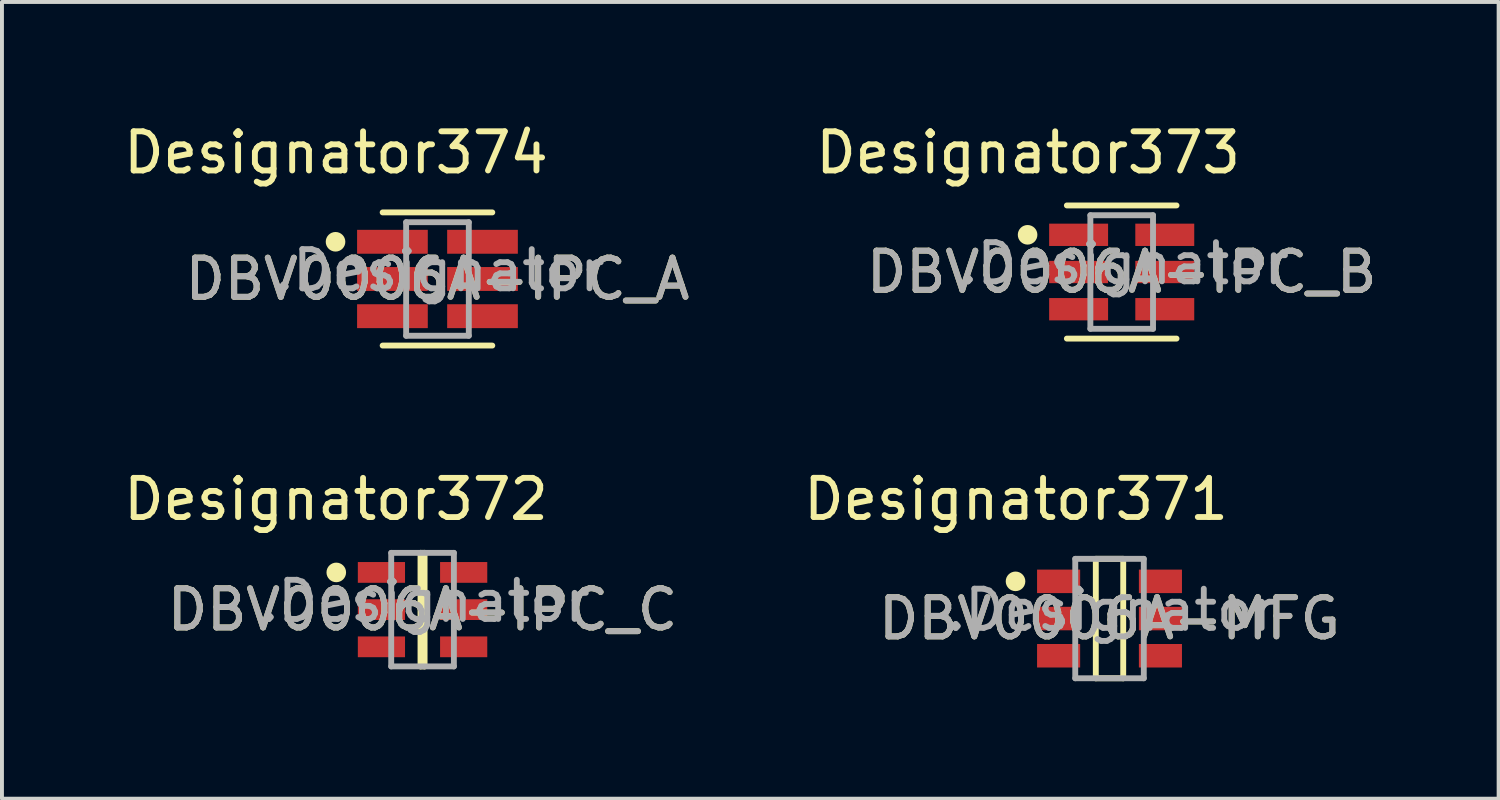
<source format=kicad_pcb>
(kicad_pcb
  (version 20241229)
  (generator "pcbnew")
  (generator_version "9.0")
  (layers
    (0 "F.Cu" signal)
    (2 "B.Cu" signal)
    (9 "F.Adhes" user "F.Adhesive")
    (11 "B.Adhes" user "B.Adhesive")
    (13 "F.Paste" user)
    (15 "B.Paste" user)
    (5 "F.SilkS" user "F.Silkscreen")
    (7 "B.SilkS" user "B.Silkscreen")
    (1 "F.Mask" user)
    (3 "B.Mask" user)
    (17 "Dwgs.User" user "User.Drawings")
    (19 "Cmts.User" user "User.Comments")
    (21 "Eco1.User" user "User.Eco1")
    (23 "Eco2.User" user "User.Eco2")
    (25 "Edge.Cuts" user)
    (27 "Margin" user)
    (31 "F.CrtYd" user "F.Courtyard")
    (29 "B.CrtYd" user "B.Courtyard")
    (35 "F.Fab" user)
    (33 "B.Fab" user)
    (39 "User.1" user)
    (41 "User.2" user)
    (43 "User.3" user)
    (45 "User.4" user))
  (footprint "DBV0006A-IPC_C"
    (layer "F.Cu")
    (at 7.74 12.517)
    (property "Reference" "DBV0006A-IPC_C" (at 0 0 0) (unlocked yes) (layer "F.SilkS") (effects (font (size 1 1) (thickness 0.15))))
    (attr smd)
    (fp_line (start -0.052 -1.45) (end 0.052 -1.45) (stroke (width 0.15) (type solid)) (layer "F.SilkS"))
    (fp_line (start -0.052 1.45) (end -0.052 -1.45) (stroke (width 0.15) (type solid)) (layer "F.SilkS"))
    (fp_line (start -0.052 1.45) (end 0.052 1.45) (stroke (width 0.15) (type solid)) (layer "F.SilkS"))
    (fp_line (start 0.052 1.45) (end 0.052 -1.45) (stroke (width 0.15) (type solid)) (layer "F.SilkS"))
    (fp_circle (center -2.203 -0.95) (end -2.078 -0.95) (stroke (width 0.25) (type solid)) (fill no) (layer "F.SilkS"))
    (fp_line (start -0.8 -1.45) (end 0.8 -1.45) (stroke (width 0.15) (type solid)) (layer "F.Fab"))
    (fp_line (start -0.8 1.45) (end -0.8 -1.45) (stroke (width 0.15) (type solid)) (layer "F.Fab"))
    (fp_line (start -0.8 1.45) (end 0.8 1.45) (stroke (width 0.15) (type solid)) (layer "F.Fab"))
    (fp_line (start 0.8 1.45) (end 0.8 -1.45) (stroke (width 0.15) (type solid)) (layer "F.Fab"))
    (fp_text user "Designator372" (at -2.21 -2.819 0) (unlocked yes) (layer "F.SilkS") (effects (font (size 1 1) (thickness 0.15))))
    (fp_text user "${REFERENCE}" (at 0 0 0) (unlocked yes) (layer "F.Fab") (effects (font (size 1 1) (thickness 0.15))))
    (fp_text user ".Designator" (at 0.05 -0.217 0) (unlocked yes) (layer "F.Fab") (effects (font (size 1 1) (thickness 0.15))))
    (pad "1" smd rect (at -1.05 -0.95) (size 1.205 0.53) (layers "F.Cu" "F.Mask" "F.Paste"))
    (pad "2" smd rect (at -1.05 0) (size 1.205 0.53) (layers "F.Cu" "F.Mask" "F.Paste"))
    (pad "3" smd rect (at -1.05 0.95) (size 1.205 0.53) (layers "F.Cu" "F.Mask" "F.Paste"))
    (pad "4" smd rect (at 1.05 0.95) (size 1.205 0.53) (layers "F.Cu" "F.Mask" "F.Paste"))
    (pad "5" smd rect (at 1.05 0) (size 1.205 0.53) (layers "F.Cu" "F.Mask" "F.Paste"))
    (pad "6" smd rect (at 1.05 -0.95) (size 1.205 0.53) (layers "F.Cu" "F.Mask" "F.Paste")))
  (footprint "DBV0006A-IPC_A"
    (layer "F.Cu")
    (at 8.121 4.074)
    (property "Reference" "DBV0006A-IPC_A" (at 0 0 0) (unlocked yes) (layer "F.SilkS") (effects (font (size 1 1) (thickness 0.15))))
    (attr smd)
    (fp_line (start -1.4 -1.7) (end 1.4 -1.7) (stroke (width 0.15) (type solid)) (layer "F.SilkS"))
    (fp_line (start -1.4 1.7) (end 1.4 1.7) (stroke (width 0.15) (type solid)) (layer "F.SilkS"))
    (fp_circle (center -2.603 -0.95) (end -2.478 -0.95) (stroke (width 0.25) (type solid)) (fill no) (layer "F.SilkS"))
    (fp_line (start -0.8 -1.45) (end 0.8 -1.45) (stroke (width 0.15) (type solid)) (layer "F.Fab"))
    (fp_line (start -0.8 1.45) (end -0.8 -1.45) (stroke (width 0.15) (type solid)) (layer "F.Fab"))
    (fp_line (start -0.8 1.45) (end 0.8 1.45) (stroke (width 0.15) (type solid)) (layer "F.Fab"))
    (fp_line (start 0.8 1.45) (end 0.8 -1.45) (stroke (width 0.15) (type solid)) (layer "F.Fab"))
    (fp_text user "Designator374" (at -2.591 -3.226 0) (unlocked yes) (layer "F.SilkS") (effects (font (size 1 1) (thickness 0.15))))
    (fp_text user ".Designator" (at 0.05 -0.217 0) (unlocked yes) (layer "F.Fab") (effects (font (size 1 1) (thickness 0.15))))
    (fp_text user "${REFERENCE}" (at 0 0 0) (unlocked yes) (layer "F.Fab") (effects (font (size 1 1) (thickness 0.15))))
    (pad "1" smd rect (at -1.15 -0.95) (size 1.805 0.61) (layers "F.Cu" "F.Mask" "F.Paste"))
    (pad "2" smd rect (at -1.15 0) (size 1.805 0.61) (layers "F.Cu" "F.Mask" "F.Paste"))
    (pad "3" smd rect (at -1.15 0.95) (size 1.805 0.61) (layers "F.Cu" "F.Mask" "F.Paste"))
    (pad "4" smd rect (at 1.15 0.95) (size 1.805 0.61) (layers "F.Cu" "F.Mask" "F.Paste"))
    (pad "5" smd rect (at 1.15 0) (size 1.805 0.61) (layers "F.Cu" "F.Mask" "F.Paste"))
    (pad "6" smd rect (at 1.15 -0.95) (size 1.805 0.61) (layers "F.Cu" "F.Mask" "F.Paste")))
  (footprint "DBV0006A-MFG"
    (layer "F.Cu")
    (at 25.282 12.745)
    (property "Reference" "DBV0006A-MFG" (at 0 0 0) (unlocked yes) (layer "F.SilkS") (effects (font (size 1 1) (thickness 0.15))))
    (attr smd)
    (fp_line (start -0.35 -1.525) (end 0.35 -1.525) (stroke (width 0.15) (type solid)) (layer "F.SilkS"))
    (fp_line (start -0.35 1.525) (end -0.35 -1.525) (stroke (width 0.15) (type solid)) (layer "F.SilkS"))
    (fp_line (start -0.35 1.525) (end 0.35 1.525) (stroke (width 0.15) (type solid)) (layer "F.SilkS"))
    (fp_line (start 0.35 1.525) (end 0.35 -1.525) (stroke (width 0.15) (type solid)) (layer "F.SilkS"))
    (fp_circle (center -2.4 -0.95) (end -2.275 -0.95) (stroke (width 0.25) (type solid)) (fill no) (layer "F.SilkS"))
    (fp_line (start -0.875 -1.525) (end 0.875 -1.525) (stroke (width 0.15) (type solid)) (layer "F.Fab"))
    (fp_line (start -0.875 1.525) (end -0.875 -1.525) (stroke (width 0.15) (type solid)) (layer "F.Fab"))
    (fp_line (start -0.875 1.525) (end 0.875 1.525) (stroke (width 0.15) (type solid)) (layer "F.Fab"))
    (fp_line (start 0.875 1.525) (end 0.875 -1.525) (stroke (width 0.15) (type solid)) (layer "F.Fab"))
    (fp_text user "Designator371" (at -2.388 -3.048 0) (unlocked yes) (layer "F.SilkS") (effects (font (size 1 1) (thickness 0.15))))
    (fp_text user "${REFERENCE}" (at 0 0 0) (unlocked yes) (layer "F.Fab") (effects (font (size 1 1) (thickness 0.15))))
    (fp_text user ".Designator" (at 0.05 -0.217 0) (unlocked yes) (layer "F.Fab") (effects (font (size 1 1) (thickness 0.15))))
    (pad "1" smd rect (at -1.3 -0.95) (size 1.1 0.6) (layers "F.Cu" "F.Mask" "F.Paste"))
    (pad "2" smd rect (at -1.3 0) (size 1.1 0.6) (layers "F.Cu" "F.Mask" "F.Paste"))
    (pad "3" smd rect (at -1.3 0.95) (size 1.1 0.6) (layers "F.Cu" "F.Mask" "F.Paste"))
    (pad "4" smd rect (at 1.3 0.95) (size 1.1 0.6) (layers "F.Cu" "F.Mask" "F.Paste"))
    (pad "5" smd rect (at 1.3 0) (size 1.1 0.6) (layers "F.Cu" "F.Mask" "F.Paste"))
    (pad "6" smd rect (at 1.3 -0.95) (size 1.1 0.6) (layers "F.Cu" "F.Mask" "F.Paste")))
  (footprint "DBV0006A-IPC_B"
    (layer "F.Cu")
    (at 25.593 3.896)
    (property "Reference" "DBV0006A-IPC_B" (at 0 0 0) (unlocked yes) (layer "F.SilkS") (effects (font (size 1 1) (thickness 0.15))))
    (attr smd)
    (fp_line (start -1.4 -1.7) (end 1.4 -1.7) (stroke (width 0.15) (type solid)) (layer "F.SilkS"))
    (fp_line (start -1.4 1.7) (end 1.4 1.7) (stroke (width 0.15) (type solid)) (layer "F.SilkS"))
    (fp_circle (center -2.403 -0.95) (end -2.278 -0.95) (stroke (width 0.25) (type solid)) (fill no) (layer "F.SilkS"))
    (fp_line (start -0.8 -1.45) (end 0.8 -1.45) (stroke (width 0.15) (type solid)) (layer "F.Fab"))
    (fp_line (start -0.8 1.45) (end -0.8 -1.45) (stroke (width 0.15) (type solid)) (layer "F.Fab"))
    (fp_line (start -0.8 1.45) (end 0.8 1.45) (stroke (width 0.15) (type solid)) (layer "F.Fab"))
    (fp_line (start 0.8 1.45) (end 0.8 -1.45) (stroke (width 0.15) (type solid)) (layer "F.Fab"))
    (fp_text user "Designator373" (at -2.389 -3.048 0) (unlocked yes) (layer "F.SilkS") (effects (font (size 1 1) (thickness 0.15))))
    (fp_text user ".Designator" (at 0.05 -0.217 0) (unlocked yes) (layer "F.Fab") (effects (font (size 1 1) (thickness 0.15))))
    (fp_text user "${REFERENCE}" (at 0 0 0) (unlocked yes) (layer "F.Fab") (effects (font (size 1 1) (thickness 0.15))))
    (pad "1" smd rect (at -1.1 -0.95) (size 1.505 0.57) (layers "F.Cu" "F.Mask" "F.Paste"))
    (pad "2" smd rect (at -1.1 0) (size 1.505 0.57) (layers "F.Cu" "F.Mask" "F.Paste"))
    (pad "3" smd rect (at -1.1 0.95) (size 1.505 0.57) (layers "F.Cu" "F.Mask" "F.Paste"))
    (pad "4" smd rect (at 1.1 0.95) (size 1.505 0.57) (layers "F.Cu" "F.Mask" "F.Paste"))
    (pad "5" smd rect (at 1.1 0) (size 1.505 0.57) (layers "F.Cu" "F.Mask" "F.Paste"))
    (pad "6" smd rect (at 1.1 -0.95) (size 1.505 0.57) (layers "F.Cu" "F.Mask" "F.Paste")))
  (gr_rect
    (start -3 -3)
    (end 35.218 17.345)
    (stroke (width 0.1) (type default))
    (fill no)
    (layer "Edge.Cuts")))
</source>
